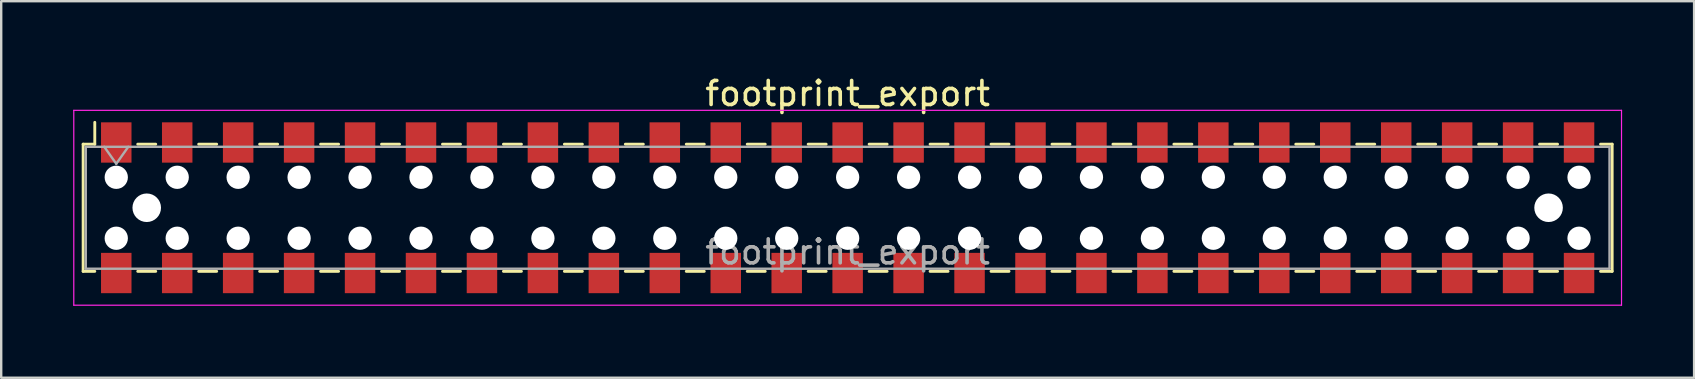
<source format=kicad_pcb>
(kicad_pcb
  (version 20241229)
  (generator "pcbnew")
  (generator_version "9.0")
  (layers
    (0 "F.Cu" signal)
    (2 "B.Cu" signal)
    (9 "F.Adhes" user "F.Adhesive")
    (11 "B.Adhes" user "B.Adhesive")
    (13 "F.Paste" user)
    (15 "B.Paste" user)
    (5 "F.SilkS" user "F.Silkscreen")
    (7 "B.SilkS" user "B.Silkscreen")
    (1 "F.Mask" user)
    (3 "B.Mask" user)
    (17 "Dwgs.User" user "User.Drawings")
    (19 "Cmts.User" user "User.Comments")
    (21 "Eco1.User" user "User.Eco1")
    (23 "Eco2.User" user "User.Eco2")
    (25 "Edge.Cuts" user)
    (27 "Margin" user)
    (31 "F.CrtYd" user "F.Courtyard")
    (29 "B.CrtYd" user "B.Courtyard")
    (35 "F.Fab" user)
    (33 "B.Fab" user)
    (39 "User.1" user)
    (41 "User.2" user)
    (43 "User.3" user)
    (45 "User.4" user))
  (footprint "footprint_export"
    (layer "F.Cu")
    (at 32.275 5.608)
    (property "Reference" "footprint_export" (at 0 -4.76 0) (layer "F.SilkS") (effects (font (size 1 1) (thickness 0.15))))
    (attr smd)
    (fp_line (start -31.86 -2.65) (end -31.86 2.65) (stroke (width 0.12) (type solid)) (layer "F.SilkS"))
    (fp_line (start -31.86 2.65) (end -31.375 2.65) (stroke (width 0.12) (type solid)) (layer "F.SilkS"))
    (fp_line (start -31.375 -3.56) (end -31.375 -2.65) (stroke (width 0.12) (type solid)) (layer "F.SilkS"))
    (fp_line (start -31.375 -2.65) (end -31.86 -2.65) (stroke (width 0.12) (type solid)) (layer "F.SilkS"))
    (fp_line (start -29.585 -2.65) (end -28.835 -2.65) (stroke (width 0.12) (type solid)) (layer "F.SilkS"))
    (fp_line (start -29.585 2.65) (end -28.835 2.65) (stroke (width 0.12) (type solid)) (layer "F.SilkS"))
    (fp_line (start -27.045 -2.65) (end -26.295 -2.65) (stroke (width 0.12) (type solid)) (layer "F.SilkS"))
    (fp_line (start -27.045 2.65) (end -26.295 2.65) (stroke (width 0.12) (type solid)) (layer "F.SilkS"))
    (fp_line (start -24.505 -2.65) (end -23.755 -2.65) (stroke (width 0.12) (type solid)) (layer "F.SilkS"))
    (fp_line (start -24.505 2.65) (end -23.755 2.65) (stroke (width 0.12) (type solid)) (layer "F.SilkS"))
    (fp_line (start -21.965 -2.65) (end -21.215 -2.65) (stroke (width 0.12) (type solid)) (layer "F.SilkS"))
    (fp_line (start -21.965 2.65) (end -21.215 2.65) (stroke (width 0.12) (type solid)) (layer "F.SilkS"))
    (fp_line (start -19.425 -2.65) (end -18.675 -2.65) (stroke (width 0.12) (type solid)) (layer "F.SilkS"))
    (fp_line (start -19.425 2.65) (end -18.675 2.65) (stroke (width 0.12) (type solid)) (layer "F.SilkS"))
    (fp_line (start -16.885 -2.65) (end -16.135 -2.65) (stroke (width 0.12) (type solid)) (layer "F.SilkS"))
    (fp_line (start -16.885 2.65) (end -16.135 2.65) (stroke (width 0.12) (type solid)) (layer "F.SilkS"))
    (fp_line (start -14.345 -2.65) (end -13.595 -2.65) (stroke (width 0.12) (type solid)) (layer "F.SilkS"))
    (fp_line (start -14.345 2.65) (end -13.595 2.65) (stroke (width 0.12) (type solid)) (layer "F.SilkS"))
    (fp_line (start -11.805 -2.65) (end -11.055 -2.65) (stroke (width 0.12) (type solid)) (layer "F.SilkS"))
    (fp_line (start -11.805 2.65) (end -11.055 2.65) (stroke (width 0.12) (type solid)) (layer "F.SilkS"))
    (fp_line (start -9.265 -2.65) (end -8.515 -2.65) (stroke (width 0.12) (type solid)) (layer "F.SilkS"))
    (fp_line (start -9.265 2.65) (end -8.515 2.65) (stroke (width 0.12) (type solid)) (layer "F.SilkS"))
    (fp_line (start -6.725 -2.65) (end -5.975 -2.65) (stroke (width 0.12) (type solid)) (layer "F.SilkS"))
    (fp_line (start -6.725 2.65) (end -5.975 2.65) (stroke (width 0.12) (type solid)) (layer "F.SilkS"))
    (fp_line (start -4.185 -2.65) (end -3.435 -2.65) (stroke (width 0.12) (type solid)) (layer "F.SilkS"))
    (fp_line (start -4.185 2.65) (end -3.435 2.65) (stroke (width 0.12) (type solid)) (layer "F.SilkS"))
    (fp_line (start -1.645 -2.65) (end -0.895 -2.65) (stroke (width 0.12) (type solid)) (layer "F.SilkS"))
    (fp_line (start -1.645 2.65) (end -0.895 2.65) (stroke (width 0.12) (type solid)) (layer "F.SilkS"))
    (fp_line (start 0.895 -2.65) (end 1.645 -2.65) (stroke (width 0.12) (type solid)) (layer "F.SilkS"))
    (fp_line (start 0.895 2.65) (end 1.645 2.65) (stroke (width 0.12) (type solid)) (layer "F.SilkS"))
    (fp_line (start 3.435 -2.65) (end 4.185 -2.65) (stroke (width 0.12) (type solid)) (layer "F.SilkS"))
    (fp_line (start 3.435 2.65) (end 4.185 2.65) (stroke (width 0.12) (type solid)) (layer "F.SilkS"))
    (fp_line (start 5.975 -2.65) (end 6.725 -2.65) (stroke (width 0.12) (type solid)) (layer "F.SilkS"))
    (fp_line (start 5.975 2.65) (end 6.725 2.65) (stroke (width 0.12) (type solid)) (layer "F.SilkS"))
    (fp_line (start 8.515 -2.65) (end 9.265 -2.65) (stroke (width 0.12) (type solid)) (layer "F.SilkS"))
    (fp_line (start 8.515 2.65) (end 9.265 2.65) (stroke (width 0.12) (type solid)) (layer "F.SilkS"))
    (fp_line (start 11.055 -2.65) (end 11.805 -2.65) (stroke (width 0.12) (type solid)) (layer "F.SilkS"))
    (fp_line (start 11.055 2.65) (end 11.805 2.65) (stroke (width 0.12) (type solid)) (layer "F.SilkS"))
    (fp_line (start 13.595 -2.65) (end 14.345 -2.65) (stroke (width 0.12) (type solid)) (layer "F.SilkS"))
    (fp_line (start 13.595 2.65) (end 14.345 2.65) (stroke (width 0.12) (type solid)) (layer "F.SilkS"))
    (fp_line (start 16.135 -2.65) (end 16.885 -2.65) (stroke (width 0.12) (type solid)) (layer "F.SilkS"))
    (fp_line (start 16.135 2.65) (end 16.885 2.65) (stroke (width 0.12) (type solid)) (layer "F.SilkS"))
    (fp_line (start 18.675 -2.65) (end 19.425 -2.65) (stroke (width 0.12) (type solid)) (layer "F.SilkS"))
    (fp_line (start 18.675 2.65) (end 19.425 2.65) (stroke (width 0.12) (type solid)) (layer "F.SilkS"))
    (fp_line (start 21.215 -2.65) (end 21.965 -2.65) (stroke (width 0.12) (type solid)) (layer "F.SilkS"))
    (fp_line (start 21.215 2.65) (end 21.965 2.65) (stroke (width 0.12) (type solid)) (layer "F.SilkS"))
    (fp_line (start 23.755 -2.65) (end 24.505 -2.65) (stroke (width 0.12) (type solid)) (layer "F.SilkS"))
    (fp_line (start 23.755 2.65) (end 24.505 2.65) (stroke (width 0.12) (type solid)) (layer "F.SilkS"))
    (fp_line (start 26.295 -2.65) (end 27.045 -2.65) (stroke (width 0.12) (type solid)) (layer "F.SilkS"))
    (fp_line (start 26.295 2.65) (end 27.045 2.65) (stroke (width 0.12) (type solid)) (layer "F.SilkS"))
    (fp_line (start 28.835 -2.65) (end 29.585 -2.65) (stroke (width 0.12) (type solid)) (layer "F.SilkS"))
    (fp_line (start 28.835 2.65) (end 29.585 2.65) (stroke (width 0.12) (type solid)) (layer "F.SilkS"))
    (fp_line (start 31.375 -2.65) (end 31.86 -2.65) (stroke (width 0.12) (type solid)) (layer "F.SilkS"))
    (fp_line (start 31.86 -2.65) (end 31.86 2.65) (stroke (width 0.12) (type solid)) (layer "F.SilkS"))
    (fp_line (start 31.86 2.65) (end 31.375 2.65) (stroke (width 0.12) (type solid)) (layer "F.SilkS"))
    (fp_line (start -32.25 -4.06) (end 32.25 -4.06) (stroke (width 0.05) (type solid)) (layer "F.CrtYd"))
    (fp_line (start -32.25 4.06) (end -32.25 -4.06) (stroke (width 0.05) (type solid)) (layer "F.CrtYd"))
    (fp_line (start 32.25 -4.06) (end 32.25 4.06) (stroke (width 0.05) (type solid)) (layer "F.CrtYd"))
    (fp_line (start 32.25 4.06) (end -32.25 4.06) (stroke (width 0.05) (type solid)) (layer "F.CrtYd"))
    (fp_line (start -31.75 -2.54) (end 31.75 -2.54) (stroke (width 0.1) (type solid)) (layer "F.Fab"))
    (fp_line (start -31.75 2.54) (end -31.75 -2.54) (stroke (width 0.1) (type solid)) (layer "F.Fab"))
    (fp_line (start -30.98 -2.54) (end -30.48 -1.833) (stroke (width 0.1) (type solid)) (layer "F.Fab"))
    (fp_line (start -30.48 -1.833) (end -29.98 -2.54) (stroke (width 0.1) (type solid)) (layer "F.Fab"))
    (fp_line (start 31.75 -2.54) (end 31.75 2.54) (stroke (width 0.1) (type solid)) (layer "F.Fab"))
    (fp_line (start 31.75 2.54) (end -31.75 2.54) (stroke (width 0.1) (type solid)) (layer "F.Fab"))
    (fp_text user "${REFERENCE}" (at 0 1.84 0) (layer "F.Fab") (effects (font (size 1 1) (thickness 0.15))))
    (pad "" np_thru_hole circle (at -30.48 -1.27) (size 0.97 0.97) (drill 0.97) (layers "*.Cu" "*.Mask"))
    (pad "" np_thru_hole circle (at -30.48 1.27) (size 0.97 0.97) (drill 0.97) (layers "*.Cu" "*.Mask"))
    (pad "" np_thru_hole circle (at -29.21 0) (size 1.19 1.19) (drill 1.19) (layers "*.Cu" "*.Mask"))
    (pad "" np_thru_hole circle (at -27.94 -1.27) (size 0.97 0.97) (drill 0.97) (layers "*.Cu" "*.Mask"))
    (pad "" np_thru_hole circle (at -27.94 1.27) (size 0.97 0.97) (drill 0.97) (layers "*.Cu" "*.Mask"))
    (pad "" np_thru_hole circle (at -25.4 -1.27) (size 0.97 0.97) (drill 0.97) (layers "*.Cu" "*.Mask"))
    (pad "" np_thru_hole circle (at -25.4 1.27) (size 0.97 0.97) (drill 0.97) (layers "*.Cu" "*.Mask"))
    (pad "" np_thru_hole circle (at -22.86 -1.27) (size 0.97 0.97) (drill 0.97) (layers "*.Cu" "*.Mask"))
    (pad "" np_thru_hole circle (at -22.86 1.27) (size 0.97 0.97) (drill 0.97) (layers "*.Cu" "*.Mask"))
    (pad "" np_thru_hole circle (at -20.32 -1.27) (size 0.97 0.97) (drill 0.97) (layers "*.Cu" "*.Mask"))
    (pad "" np_thru_hole circle (at -20.32 1.27) (size 0.97 0.97) (drill 0.97) (layers "*.Cu" "*.Mask"))
    (pad "" np_thru_hole circle (at -17.78 -1.27) (size 0.97 0.97) (drill 0.97) (layers "*.Cu" "*.Mask"))
    (pad "" np_thru_hole circle (at -17.78 1.27) (size 0.97 0.97) (drill 0.97) (layers "*.Cu" "*.Mask"))
    (pad "" np_thru_hole circle (at -15.24 -1.27) (size 0.97 0.97) (drill 0.97) (layers "*.Cu" "*.Mask"))
    (pad "" np_thru_hole circle (at -15.24 1.27) (size 0.97 0.97) (drill 0.97) (layers "*.Cu" "*.Mask"))
    (pad "" np_thru_hole circle (at -12.7 -1.27) (size 0.97 0.97) (drill 0.97) (layers "*.Cu" "*.Mask"))
    (pad "" np_thru_hole circle (at -12.7 1.27) (size 0.97 0.97) (drill 0.97) (layers "*.Cu" "*.Mask"))
    (pad "" np_thru_hole circle (at -10.16 -1.27) (size 0.97 0.97) (drill 0.97) (layers "*.Cu" "*.Mask"))
    (pad "" np_thru_hole circle (at -10.16 1.27) (size 0.97 0.97) (drill 0.97) (layers "*.Cu" "*.Mask"))
    (pad "" np_thru_hole circle (at -7.62 -1.27) (size 0.97 0.97) (drill 0.97) (layers "*.Cu" "*.Mask"))
    (pad "" np_thru_hole circle (at -7.62 1.27) (size 0.97 0.97) (drill 0.97) (layers "*.Cu" "*.Mask"))
    (pad "" np_thru_hole circle (at -5.08 -1.27) (size 0.97 0.97) (drill 0.97) (layers "*.Cu" "*.Mask"))
    (pad "" np_thru_hole circle (at -5.08 1.27) (size 0.97 0.97) (drill 0.97) (layers "*.Cu" "*.Mask"))
    (pad "" np_thru_hole circle (at -2.54 -1.27) (size 0.97 0.97) (drill 0.97) (layers "*.Cu" "*.Mask"))
    (pad "" np_thru_hole circle (at -2.54 1.27) (size 0.97 0.97) (drill 0.97) (layers "*.Cu" "*.Mask"))
    (pad "" np_thru_hole circle (at 0 -1.27) (size 0.97 0.97) (drill 0.97) (layers "*.Cu" "*.Mask"))
    (pad "" np_thru_hole circle (at 0 1.27) (size 0.97 0.97) (drill 0.97) (layers "*.Cu" "*.Mask"))
    (pad "" np_thru_hole circle (at 2.54 -1.27) (size 0.97 0.97) (drill 0.97) (layers "*.Cu" "*.Mask"))
    (pad "" np_thru_hole circle (at 2.54 1.27) (size 0.97 0.97) (drill 0.97) (layers "*.Cu" "*.Mask"))
    (pad "" np_thru_hole circle (at 5.08 -1.27) (size 0.97 0.97) (drill 0.97) (layers "*.Cu" "*.Mask"))
    (pad "" np_thru_hole circle (at 5.08 1.27) (size 0.97 0.97) (drill 0.97) (layers "*.Cu" "*.Mask"))
    (pad "" np_thru_hole circle (at 7.62 -1.27) (size 0.97 0.97) (drill 0.97) (layers "*.Cu" "*.Mask"))
    (pad "" np_thru_hole circle (at 7.62 1.27) (size 0.97 0.97) (drill 0.97) (layers "*.Cu" "*.Mask"))
    (pad "" np_thru_hole circle (at 10.16 -1.27) (size 0.97 0.97) (drill 0.97) (layers "*.Cu" "*.Mask"))
    (pad "" np_thru_hole circle (at 10.16 1.27) (size 0.97 0.97) (drill 0.97) (layers "*.Cu" "*.Mask"))
    (pad "" np_thru_hole circle (at 12.7 -1.27) (size 0.97 0.97) (drill 0.97) (layers "*.Cu" "*.Mask"))
    (pad "" np_thru_hole circle (at 12.7 1.27) (size 0.97 0.97) (drill 0.97) (layers "*.Cu" "*.Mask"))
    (pad "" np_thru_hole circle (at 15.24 -1.27) (size 0.97 0.97) (drill 0.97) (layers "*.Cu" "*.Mask"))
    (pad "" np_thru_hole circle (at 15.24 1.27) (size 0.97 0.97) (drill 0.97) (layers "*.Cu" "*.Mask"))
    (pad "" np_thru_hole circle (at 17.78 -1.27) (size 0.97 0.97) (drill 0.97) (layers "*.Cu" "*.Mask"))
    (pad "" np_thru_hole circle (at 17.78 1.27) (size 0.97 0.97) (drill 0.97) (layers "*.Cu" "*.Mask"))
    (pad "" np_thru_hole circle (at 20.32 -1.27) (size 0.97 0.97) (drill 0.97) (layers "*.Cu" "*.Mask"))
    (pad "" np_thru_hole circle (at 20.32 1.27) (size 0.97 0.97) (drill 0.97) (layers "*.Cu" "*.Mask"))
    (pad "" np_thru_hole circle (at 22.86 -1.27) (size 0.97 0.97) (drill 0.97) (layers "*.Cu" "*.Mask"))
    (pad "" np_thru_hole circle (at 22.86 1.27) (size 0.97 0.97) (drill 0.97) (layers "*.Cu" "*.Mask"))
    (pad "" np_thru_hole circle (at 25.4 -1.27) (size 0.97 0.97) (drill 0.97) (layers "*.Cu" "*.Mask"))
    (pad "" np_thru_hole circle (at 25.4 1.27) (size 0.97 0.97) (drill 0.97) (layers "*.Cu" "*.Mask"))
    (pad "" np_thru_hole circle (at 27.94 -1.27) (size 0.97 0.97) (drill 0.97) (layers "*.Cu" "*.Mask"))
    (pad "" np_thru_hole circle (at 27.94 1.27) (size 0.97 0.97) (drill 0.97) (layers "*.Cu" "*.Mask"))
    (pad "" np_thru_hole circle (at 29.21 0) (size 1.19 1.19) (drill 1.19) (layers "*.Cu" "*.Mask"))
    (pad "" np_thru_hole circle (at 30.48 -1.27) (size 0.97 0.97) (drill 0.97) (layers "*.Cu" "*.Mask"))
    (pad "" np_thru_hole circle (at 30.48 1.27) (size 0.97 0.97) (drill 0.97) (layers "*.Cu" "*.Mask"))
    (pad "1" smd rect (at -30.48 -2.72) (size 1.27 1.68) (layers "F.Cu" "F.Mask" "F.Paste"))
    (pad "2" smd rect (at -30.48 2.72) (size 1.27 1.68) (layers "F.Cu" "F.Mask" "F.Paste"))
    (pad "3" smd rect (at -27.94 -2.72) (size 1.27 1.68) (layers "F.Cu" "F.Mask" "F.Paste"))
    (pad "4" smd rect (at -27.94 2.72) (size 1.27 1.68) (layers "F.Cu" "F.Mask" "F.Paste"))
    (pad "5" smd rect (at -25.4 -2.72) (size 1.27 1.68) (layers "F.Cu" "F.Mask" "F.Paste"))
    (pad "6" smd rect (at -25.4 2.72) (size 1.27 1.68) (layers "F.Cu" "F.Mask" "F.Paste"))
    (pad "7" smd rect (at -22.86 -2.72) (size 1.27 1.68) (layers "F.Cu" "F.Mask" "F.Paste"))
    (pad "8" smd rect (at -22.86 2.72) (size 1.27 1.68) (layers "F.Cu" "F.Mask" "F.Paste"))
    (pad "9" smd rect (at -20.32 -2.72) (size 1.27 1.68) (layers "F.Cu" "F.Mask" "F.Paste"))
    (pad "10" smd rect (at -20.32 2.72) (size 1.27 1.68) (layers "F.Cu" "F.Mask" "F.Paste"))
    (pad "11" smd rect (at -17.78 -2.72) (size 1.27 1.68) (layers "F.Cu" "F.Mask" "F.Paste"))
    (pad "12" smd rect (at -17.78 2.72) (size 1.27 1.68) (layers "F.Cu" "F.Mask" "F.Paste"))
    (pad "13" smd rect (at -15.24 -2.72) (size 1.27 1.68) (layers "F.Cu" "F.Mask" "F.Paste"))
    (pad "14" smd rect (at -15.24 2.72) (size 1.27 1.68) (layers "F.Cu" "F.Mask" "F.Paste"))
    (pad "15" smd rect (at -12.7 -2.72) (size 1.27 1.68) (layers "F.Cu" "F.Mask" "F.Paste"))
    (pad "16" smd rect (at -12.7 2.72) (size 1.27 1.68) (layers "F.Cu" "F.Mask" "F.Paste"))
    (pad "17" smd rect (at -10.16 -2.72) (size 1.27 1.68) (layers "F.Cu" "F.Mask" "F.Paste"))
    (pad "18" smd rect (at -10.16 2.72) (size 1.27 1.68) (layers "F.Cu" "F.Mask" "F.Paste"))
    (pad "19" smd rect (at -7.62 -2.72) (size 1.27 1.68) (layers "F.Cu" "F.Mask" "F.Paste"))
    (pad "20" smd rect (at -7.62 2.72) (size 1.27 1.68) (layers "F.Cu" "F.Mask" "F.Paste"))
    (pad "21" smd rect (at -5.08 -2.72) (size 1.27 1.68) (layers "F.Cu" "F.Mask" "F.Paste"))
    (pad "22" smd rect (at -5.08 2.72) (size 1.27 1.68) (layers "F.Cu" "F.Mask" "F.Paste"))
    (pad "23" smd rect (at -2.54 -2.72) (size 1.27 1.68) (layers "F.Cu" "F.Mask" "F.Paste"))
    (pad "24" smd rect (at -2.54 2.72) (size 1.27 1.68) (layers "F.Cu" "F.Mask" "F.Paste"))
    (pad "25" smd rect (at 0 -2.72) (size 1.27 1.68) (layers "F.Cu" "F.Mask" "F.Paste"))
    (pad "26" smd rect (at 0 2.72) (size 1.27 1.68) (layers "F.Cu" "F.Mask" "F.Paste"))
    (pad "27" smd rect (at 2.54 -2.72) (size 1.27 1.68) (layers "F.Cu" "F.Mask" "F.Paste"))
    (pad "28" smd rect (at 2.54 2.72) (size 1.27 1.68) (layers "F.Cu" "F.Mask" "F.Paste"))
    (pad "29" smd rect (at 5.08 -2.72) (size 1.27 1.68) (layers "F.Cu" "F.Mask" "F.Paste"))
    (pad "30" smd rect (at 5.08 2.72) (size 1.27 1.68) (layers "F.Cu" "F.Mask" "F.Paste"))
    (pad "31" smd rect (at 7.62 -2.72) (size 1.27 1.68) (layers "F.Cu" "F.Mask" "F.Paste"))
    (pad "32" smd rect (at 7.62 2.72) (size 1.27 1.68) (layers "F.Cu" "F.Mask" "F.Paste"))
    (pad "33" smd rect (at 10.16 -2.72) (size 1.27 1.68) (layers "F.Cu" "F.Mask" "F.Paste"))
    (pad "34" smd rect (at 10.16 2.72) (size 1.27 1.68) (layers "F.Cu" "F.Mask" "F.Paste"))
    (pad "35" smd rect (at 12.7 -2.72) (size 1.27 1.68) (layers "F.Cu" "F.Mask" "F.Paste"))
    (pad "36" smd rect (at 12.7 2.72) (size 1.27 1.68) (layers "F.Cu" "F.Mask" "F.Paste"))
    (pad "37" smd rect (at 15.24 -2.72) (size 1.27 1.68) (layers "F.Cu" "F.Mask" "F.Paste"))
    (pad "38" smd rect (at 15.24 2.72) (size 1.27 1.68) (layers "F.Cu" "F.Mask" "F.Paste"))
    (pad "39" smd rect (at 17.78 -2.72) (size 1.27 1.68) (layers "F.Cu" "F.Mask" "F.Paste"))
    (pad "40" smd rect (at 17.78 2.72) (size 1.27 1.68) (layers "F.Cu" "F.Mask" "F.Paste"))
    (pad "41" smd rect (at 20.32 -2.72) (size 1.27 1.68) (layers "F.Cu" "F.Mask" "F.Paste"))
    (pad "42" smd rect (at 20.32 2.72) (size 1.27 1.68) (layers "F.Cu" "F.Mask" "F.Paste"))
    (pad "43" smd rect (at 22.86 -2.72) (size 1.27 1.68) (layers "F.Cu" "F.Mask" "F.Paste"))
    (pad "44" smd rect (at 22.86 2.72) (size 1.27 1.68) (layers "F.Cu" "F.Mask" "F.Paste"))
    (pad "45" smd rect (at 25.4 -2.72) (size 1.27 1.68) (layers "F.Cu" "F.Mask" "F.Paste"))
    (pad "46" smd rect (at 25.4 2.72) (size 1.27 1.68) (layers "F.Cu" "F.Mask" "F.Paste"))
    (pad "47" smd rect (at 27.94 -2.72) (size 1.27 1.68) (layers "F.Cu" "F.Mask" "F.Paste"))
    (pad "48" smd rect (at 27.94 2.72) (size 1.27 1.68) (layers "F.Cu" "F.Mask" "F.Paste"))
    (pad "49" smd rect (at 30.48 -2.72) (size 1.27 1.68) (layers "F.Cu" "F.Mask" "F.Paste"))
    (pad "50" smd rect (at 30.48 2.72) (size 1.27 1.68) (layers "F.Cu" "F.Mask" "F.Paste")))
  (gr_rect
    (start -3 -3)
    (end 67.55 12.693)
    (stroke (width 0.1) (type default))
    (fill no)
    (layer "Edge.Cuts")))
</source>
